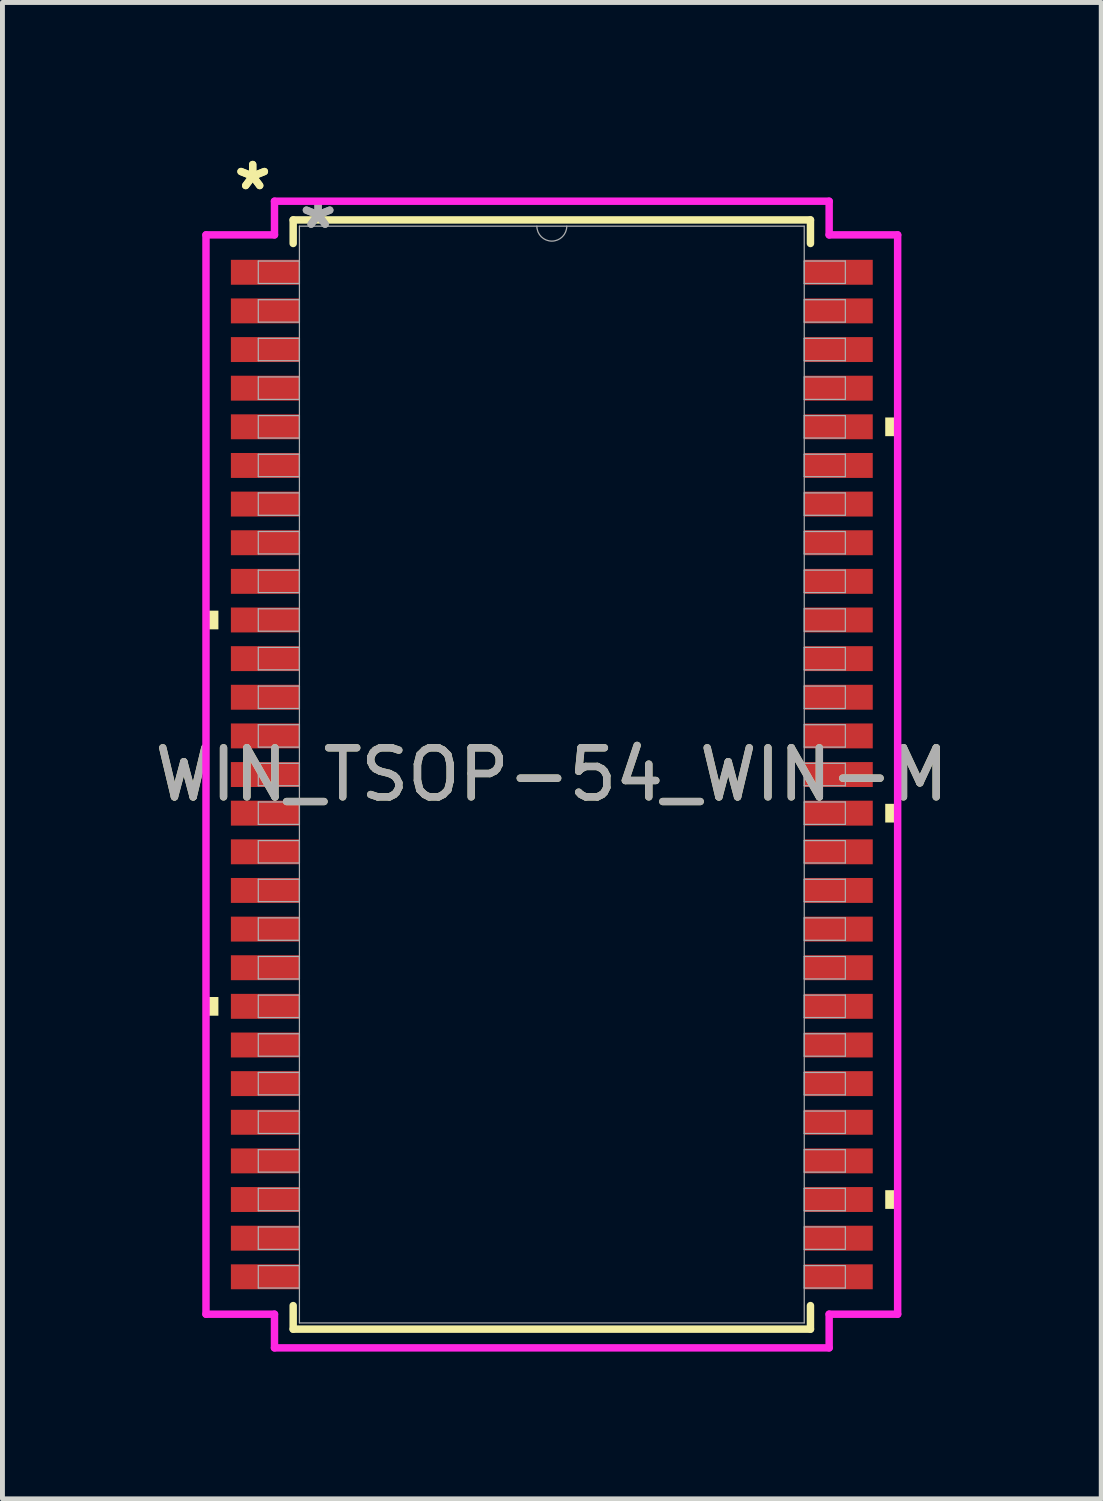
<source format=kicad_pcb>
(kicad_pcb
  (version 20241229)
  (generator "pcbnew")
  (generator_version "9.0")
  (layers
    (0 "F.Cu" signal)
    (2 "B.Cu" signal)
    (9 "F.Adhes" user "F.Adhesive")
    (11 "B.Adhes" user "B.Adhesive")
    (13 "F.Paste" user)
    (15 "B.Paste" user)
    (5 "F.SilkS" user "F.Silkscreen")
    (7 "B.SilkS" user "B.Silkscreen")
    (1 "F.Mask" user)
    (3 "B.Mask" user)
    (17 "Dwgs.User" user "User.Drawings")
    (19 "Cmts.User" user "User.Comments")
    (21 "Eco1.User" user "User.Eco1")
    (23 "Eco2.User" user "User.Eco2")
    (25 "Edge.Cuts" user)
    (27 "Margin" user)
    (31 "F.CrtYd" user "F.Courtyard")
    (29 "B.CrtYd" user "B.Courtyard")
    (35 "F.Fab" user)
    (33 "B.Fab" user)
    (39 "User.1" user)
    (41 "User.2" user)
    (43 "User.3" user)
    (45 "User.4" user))
  (footprint "WIN_TSOP-54_WIN-M"
    (layer "F.Cu")
    (at 8.196 12.735)
    (property "Reference" "WIN_TSOP-54_WIN-M" (at 0 0 0) (unlocked yes) (layer "F.SilkS") (effects (font (size 1 1) (thickness 0.15))))
    (attr smd)
    (fp_line (start -5.271 -11.303) (end -5.271 -10.823) (stroke (width 0.152) (type solid)) (layer "F.SilkS"))
    (fp_line (start -5.271 10.823) (end -5.271 11.303) (stroke (width 0.152) (type solid)) (layer "F.SilkS"))
    (fp_line (start -5.271 11.303) (end 5.271 11.303) (stroke (width 0.152) (type solid)) (layer "F.SilkS"))
    (fp_line (start 5.271 -11.303) (end -5.271 -11.303) (stroke (width 0.152) (type solid)) (layer "F.SilkS"))
    (fp_line (start 5.271 -10.823) (end 5.271 -11.303) (stroke (width 0.152) (type solid)) (layer "F.SilkS"))
    (fp_line (start 5.271 11.303) (end 5.271 10.823) (stroke (width 0.152) (type solid)) (layer "F.SilkS"))
    (fp_poly (pts (xy -7.048 -3.34) (xy -7.048 -2.959) (xy -6.795 -2.959) (xy -6.795 -3.34)) (stroke (width 0) (type solid)) (fill yes) (layer "F.SilkS"))
    (fp_poly (pts (xy -7.048 4.534) (xy -7.048 4.915) (xy -6.795 4.915) (xy -6.795 4.534)) (stroke (width 0) (type solid)) (fill yes) (layer "F.SilkS"))
    (fp_poly (pts (xy 7.048 -7.277) (xy 7.048 -6.896) (xy 6.795 -6.896) (xy 6.795 -7.277)) (stroke (width 0) (type solid)) (fill yes) (layer "F.SilkS"))
    (fp_poly (pts (xy 7.048 0.597) (xy 7.048 0.978) (xy 6.795 0.978) (xy 6.795 0.597)) (stroke (width 0) (type solid)) (fill yes) (layer "F.SilkS"))
    (fp_poly (pts (xy 7.048 8.471) (xy 7.048 8.852) (xy 6.795 8.852) (xy 6.795 8.471)) (stroke (width 0) (type solid)) (fill yes) (layer "F.SilkS"))
    (fp_line (start -7.048 -10.998) (end -5.652 -10.998) (stroke (width 0.152) (type solid)) (layer "F.CrtYd"))
    (fp_line (start -7.048 10.998) (end -7.048 -10.998) (stroke (width 0.152) (type solid)) (layer "F.CrtYd"))
    (fp_line (start -7.048 10.998) (end -5.652 10.998) (stroke (width 0.152) (type solid)) (layer "F.CrtYd"))
    (fp_line (start -5.652 -11.684) (end 5.652 -11.684) (stroke (width 0.152) (type solid)) (layer "F.CrtYd"))
    (fp_line (start -5.652 -10.998) (end -5.652 -11.684) (stroke (width 0.152) (type solid)) (layer "F.CrtYd"))
    (fp_line (start -5.652 11.684) (end -5.652 10.998) (stroke (width 0.152) (type solid)) (layer "F.CrtYd"))
    (fp_line (start 5.652 -11.684) (end 5.652 -10.998) (stroke (width 0.152) (type solid)) (layer "F.CrtYd"))
    (fp_line (start 5.652 10.998) (end 5.652 11.684) (stroke (width 0.152) (type solid)) (layer "F.CrtYd"))
    (fp_line (start 5.652 11.684) (end -5.652 11.684) (stroke (width 0.152) (type solid)) (layer "F.CrtYd"))
    (fp_line (start 7.048 -10.998) (end 5.652 -10.998) (stroke (width 0.152) (type solid)) (layer "F.CrtYd"))
    (fp_line (start 7.048 -10.998) (end 7.048 10.998) (stroke (width 0.152) (type solid)) (layer "F.CrtYd"))
    (fp_line (start 7.048 10.998) (end 5.652 10.998) (stroke (width 0.152) (type solid)) (layer "F.CrtYd"))
    (fp_line (start -5.982 -10.465) (end -5.982 -10.008) (stroke (width 0.025) (type solid)) (layer "F.Fab"))
    (fp_line (start -5.982 -10.008) (end -5.144 -10.008) (stroke (width 0.025) (type solid)) (layer "F.Fab"))
    (fp_line (start -5.982 -9.677) (end -5.982 -9.22) (stroke (width 0.025) (type solid)) (layer "F.Fab"))
    (fp_line (start -5.982 -9.22) (end -5.144 -9.22) (stroke (width 0.025) (type solid)) (layer "F.Fab"))
    (fp_line (start -5.982 -8.89) (end -5.982 -8.433) (stroke (width 0.025) (type solid)) (layer "F.Fab"))
    (fp_line (start -5.982 -8.433) (end -5.144 -8.433) (stroke (width 0.025) (type solid)) (layer "F.Fab"))
    (fp_line (start -5.982 -8.103) (end -5.982 -7.645) (stroke (width 0.025) (type solid)) (layer "F.Fab"))
    (fp_line (start -5.982 -7.645) (end -5.144 -7.645) (stroke (width 0.025) (type solid)) (layer "F.Fab"))
    (fp_line (start -5.982 -7.315) (end -5.982 -6.858) (stroke (width 0.025) (type solid)) (layer "F.Fab"))
    (fp_line (start -5.982 -6.858) (end -5.144 -6.858) (stroke (width 0.025) (type solid)) (layer "F.Fab"))
    (fp_line (start -5.982 -6.528) (end -5.982 -6.071) (stroke (width 0.025) (type solid)) (layer "F.Fab"))
    (fp_line (start -5.982 -6.071) (end -5.144 -6.071) (stroke (width 0.025) (type solid)) (layer "F.Fab"))
    (fp_line (start -5.982 -5.74) (end -5.982 -5.283) (stroke (width 0.025) (type solid)) (layer "F.Fab"))
    (fp_line (start -5.982 -5.283) (end -5.144 -5.283) (stroke (width 0.025) (type solid)) (layer "F.Fab"))
    (fp_line (start -5.982 -4.953) (end -5.982 -4.496) (stroke (width 0.025) (type solid)) (layer "F.Fab"))
    (fp_line (start -5.982 -4.496) (end -5.144 -4.496) (stroke (width 0.025) (type solid)) (layer "F.Fab"))
    (fp_line (start -5.982 -4.166) (end -5.982 -3.708) (stroke (width 0.025) (type solid)) (layer "F.Fab"))
    (fp_line (start -5.982 -3.708) (end -5.144 -3.708) (stroke (width 0.025) (type solid)) (layer "F.Fab"))
    (fp_line (start -5.982 -3.378) (end -5.982 -2.921) (stroke (width 0.025) (type solid)) (layer "F.Fab"))
    (fp_line (start -5.982 -2.921) (end -5.144 -2.921) (stroke (width 0.025) (type solid)) (layer "F.Fab"))
    (fp_line (start -5.982 -2.591) (end -5.982 -2.134) (stroke (width 0.025) (type solid)) (layer "F.Fab"))
    (fp_line (start -5.982 -2.134) (end -5.144 -2.134) (stroke (width 0.025) (type solid)) (layer "F.Fab"))
    (fp_line (start -5.982 -1.803) (end -5.982 -1.346) (stroke (width 0.025) (type solid)) (layer "F.Fab"))
    (fp_line (start -5.982 -1.346) (end -5.144 -1.346) (stroke (width 0.025) (type solid)) (layer "F.Fab"))
    (fp_line (start -5.982 -1.016) (end -5.982 -0.559) (stroke (width 0.025) (type solid)) (layer "F.Fab"))
    (fp_line (start -5.982 -0.559) (end -5.144 -0.559) (stroke (width 0.025) (type solid)) (layer "F.Fab"))
    (fp_line (start -5.982 -0.229) (end -5.982 0.229) (stroke (width 0.025) (type solid)) (layer "F.Fab"))
    (fp_line (start -5.982 0.229) (end -5.144 0.229) (stroke (width 0.025) (type solid)) (layer "F.Fab"))
    (fp_line (start -5.982 0.559) (end -5.982 1.016) (stroke (width 0.025) (type solid)) (layer "F.Fab"))
    (fp_line (start -5.982 1.016) (end -5.144 1.016) (stroke (width 0.025) (type solid)) (layer "F.Fab"))
    (fp_line (start -5.982 1.346) (end -5.982 1.803) (stroke (width 0.025) (type solid)) (layer "F.Fab"))
    (fp_line (start -5.982 1.803) (end -5.144 1.803) (stroke (width 0.025) (type solid)) (layer "F.Fab"))
    (fp_line (start -5.982 2.134) (end -5.982 2.591) (stroke (width 0.025) (type solid)) (layer "F.Fab"))
    (fp_line (start -5.982 2.591) (end -5.144 2.591) (stroke (width 0.025) (type solid)) (layer "F.Fab"))
    (fp_line (start -5.982 2.921) (end -5.982 3.378) (stroke (width 0.025) (type solid)) (layer "F.Fab"))
    (fp_line (start -5.982 3.378) (end -5.144 3.378) (stroke (width 0.025) (type solid)) (layer "F.Fab"))
    (fp_line (start -5.982 3.708) (end -5.982 4.166) (stroke (width 0.025) (type solid)) (layer "F.Fab"))
    (fp_line (start -5.982 4.166) (end -5.144 4.166) (stroke (width 0.025) (type solid)) (layer "F.Fab"))
    (fp_line (start -5.982 4.496) (end -5.982 4.953) (stroke (width 0.025) (type solid)) (layer "F.Fab"))
    (fp_line (start -5.982 4.953) (end -5.144 4.953) (stroke (width 0.025) (type solid)) (layer "F.Fab"))
    (fp_line (start -5.982 5.283) (end -5.982 5.74) (stroke (width 0.025) (type solid)) (layer "F.Fab"))
    (fp_line (start -5.982 5.74) (end -5.144 5.74) (stroke (width 0.025) (type solid)) (layer "F.Fab"))
    (fp_line (start -5.982 6.071) (end -5.982 6.528) (stroke (width 0.025) (type solid)) (layer "F.Fab"))
    (fp_line (start -5.982 6.528) (end -5.144 6.528) (stroke (width 0.025) (type solid)) (layer "F.Fab"))
    (fp_line (start -5.982 6.858) (end -5.982 7.315) (stroke (width 0.025) (type solid)) (layer "F.Fab"))
    (fp_line (start -5.982 7.315) (end -5.144 7.315) (stroke (width 0.025) (type solid)) (layer "F.Fab"))
    (fp_line (start -5.982 7.645) (end -5.982 8.103) (stroke (width 0.025) (type solid)) (layer "F.Fab"))
    (fp_line (start -5.982 8.103) (end -5.144 8.103) (stroke (width 0.025) (type solid)) (layer "F.Fab"))
    (fp_line (start -5.982 8.433) (end -5.982 8.89) (stroke (width 0.025) (type solid)) (layer "F.Fab"))
    (fp_line (start -5.982 8.89) (end -5.144 8.89) (stroke (width 0.025) (type solid)) (layer "F.Fab"))
    (fp_line (start -5.982 9.22) (end -5.982 9.677) (stroke (width 0.025) (type solid)) (layer "F.Fab"))
    (fp_line (start -5.982 9.677) (end -5.144 9.677) (stroke (width 0.025) (type solid)) (layer "F.Fab"))
    (fp_line (start -5.982 10.008) (end -5.982 10.465) (stroke (width 0.025) (type solid)) (layer "F.Fab"))
    (fp_line (start -5.982 10.465) (end -5.144 10.465) (stroke (width 0.025) (type solid)) (layer "F.Fab"))
    (fp_line (start -5.144 -11.176) (end -5.144 11.176) (stroke (width 0.025) (type solid)) (layer "F.Fab"))
    (fp_line (start -5.144 -10.465) (end -5.982 -10.465) (stroke (width 0.025) (type solid)) (layer "F.Fab"))
    (fp_line (start -5.144 -10.008) (end -5.144 -10.465) (stroke (width 0.025) (type solid)) (layer "F.Fab"))
    (fp_line (start -5.144 -9.677) (end -5.982 -9.677) (stroke (width 0.025) (type solid)) (layer "F.Fab"))
    (fp_line (start -5.144 -9.22) (end -5.144 -9.677) (stroke (width 0.025) (type solid)) (layer "F.Fab"))
    (fp_line (start -5.144 -8.89) (end -5.982 -8.89) (stroke (width 0.025) (type solid)) (layer "F.Fab"))
    (fp_line (start -5.144 -8.433) (end -5.144 -8.89) (stroke (width 0.025) (type solid)) (layer "F.Fab"))
    (fp_line (start -5.144 -8.103) (end -5.982 -8.103) (stroke (width 0.025) (type solid)) (layer "F.Fab"))
    (fp_line (start -5.144 -7.645) (end -5.144 -8.103) (stroke (width 0.025) (type solid)) (layer "F.Fab"))
    (fp_line (start -5.144 -7.315) (end -5.982 -7.315) (stroke (width 0.025) (type solid)) (layer "F.Fab"))
    (fp_line (start -5.144 -6.858) (end -5.144 -7.315) (stroke (width 0.025) (type solid)) (layer "F.Fab"))
    (fp_line (start -5.144 -6.528) (end -5.982 -6.528) (stroke (width 0.025) (type solid)) (layer "F.Fab"))
    (fp_line (start -5.144 -6.071) (end -5.144 -6.528) (stroke (width 0.025) (type solid)) (layer "F.Fab"))
    (fp_line (start -5.144 -5.74) (end -5.982 -5.74) (stroke (width 0.025) (type solid)) (layer "F.Fab"))
    (fp_line (start -5.144 -5.283) (end -5.144 -5.74) (stroke (width 0.025) (type solid)) (layer "F.Fab"))
    (fp_line (start -5.144 -4.953) (end -5.982 -4.953) (stroke (width 0.025) (type solid)) (layer "F.Fab"))
    (fp_line (start -5.144 -4.496) (end -5.144 -4.953) (stroke (width 0.025) (type solid)) (layer "F.Fab"))
    (fp_line (start -5.144 -4.166) (end -5.982 -4.166) (stroke (width 0.025) (type solid)) (layer "F.Fab"))
    (fp_line (start -5.144 -3.708) (end -5.144 -4.166) (stroke (width 0.025) (type solid)) (layer "F.Fab"))
    (fp_line (start -5.144 -3.378) (end -5.982 -3.378) (stroke (width 0.025) (type solid)) (layer "F.Fab"))
    (fp_line (start -5.144 -2.921) (end -5.144 -3.378) (stroke (width 0.025) (type solid)) (layer "F.Fab"))
    (fp_line (start -5.144 -2.591) (end -5.982 -2.591) (stroke (width 0.025) (type solid)) (layer "F.Fab"))
    (fp_line (start -5.144 -2.134) (end -5.144 -2.591) (stroke (width 0.025) (type solid)) (layer "F.Fab"))
    (fp_line (start -5.144 -1.803) (end -5.982 -1.803) (stroke (width 0.025) (type solid)) (layer "F.Fab"))
    (fp_line (start -5.144 -1.346) (end -5.144 -1.803) (stroke (width 0.025) (type solid)) (layer "F.Fab"))
    (fp_line (start -5.144 -1.016) (end -5.982 -1.016) (stroke (width 0.025) (type solid)) (layer "F.Fab"))
    (fp_line (start -5.144 -0.559) (end -5.144 -1.016) (stroke (width 0.025) (type solid)) (layer "F.Fab"))
    (fp_line (start -5.144 -0.229) (end -5.982 -0.229) (stroke (width 0.025) (type solid)) (layer "F.Fab"))
    (fp_line (start -5.144 0.229) (end -5.144 -0.229) (stroke (width 0.025) (type solid)) (layer "F.Fab"))
    (fp_line (start -5.144 0.559) (end -5.982 0.559) (stroke (width 0.025) (type solid)) (layer "F.Fab"))
    (fp_line (start -5.144 1.016) (end -5.144 0.559) (stroke (width 0.025) (type solid)) (layer "F.Fab"))
    (fp_line (start -5.144 1.346) (end -5.982 1.346) (stroke (width 0.025) (type solid)) (layer "F.Fab"))
    (fp_line (start -5.144 1.803) (end -5.144 1.346) (stroke (width 0.025) (type solid)) (layer "F.Fab"))
    (fp_line (start -5.144 2.134) (end -5.982 2.134) (stroke (width 0.025) (type solid)) (layer "F.Fab"))
    (fp_line (start -5.144 2.591) (end -5.144 2.134) (stroke (width 0.025) (type solid)) (layer "F.Fab"))
    (fp_line (start -5.144 2.921) (end -5.982 2.921) (stroke (width 0.025) (type solid)) (layer "F.Fab"))
    (fp_line (start -5.144 3.378) (end -5.144 2.921) (stroke (width 0.025) (type solid)) (layer "F.Fab"))
    (fp_line (start -5.144 3.708) (end -5.982 3.708) (stroke (width 0.025) (type solid)) (layer "F.Fab"))
    (fp_line (start -5.144 4.166) (end -5.144 3.708) (stroke (width 0.025) (type solid)) (layer "F.Fab"))
    (fp_line (start -5.144 4.496) (end -5.982 4.496) (stroke (width 0.025) (type solid)) (layer "F.Fab"))
    (fp_line (start -5.144 4.953) (end -5.144 4.496) (stroke (width 0.025) (type solid)) (layer "F.Fab"))
    (fp_line (start -5.144 5.283) (end -5.982 5.283) (stroke (width 0.025) (type solid)) (layer "F.Fab"))
    (fp_line (start -5.144 5.74) (end -5.144 5.283) (stroke (width 0.025) (type solid)) (layer "F.Fab"))
    (fp_line (start -5.144 6.071) (end -5.982 6.071) (stroke (width 0.025) (type solid)) (layer "F.Fab"))
    (fp_line (start -5.144 6.528) (end -5.144 6.071) (stroke (width 0.025) (type solid)) (layer "F.Fab"))
    (fp_line (start -5.144 6.858) (end -5.982 6.858) (stroke (width 0.025) (type solid)) (layer "F.Fab"))
    (fp_line (start -5.144 7.315) (end -5.144 6.858) (stroke (width 0.025) (type solid)) (layer "F.Fab"))
    (fp_line (start -5.144 7.645) (end -5.982 7.645) (stroke (width 0.025) (type solid)) (layer "F.Fab"))
    (fp_line (start -5.144 8.103) (end -5.144 7.645) (stroke (width 0.025) (type solid)) (layer "F.Fab"))
    (fp_line (start -5.144 8.433) (end -5.982 8.433) (stroke (width 0.025) (type solid)) (layer "F.Fab"))
    (fp_line (start -5.144 8.89) (end -5.144 8.433) (stroke (width 0.025) (type solid)) (layer "F.Fab"))
    (fp_line (start -5.144 9.22) (end -5.982 9.22) (stroke (width 0.025) (type solid)) (layer "F.Fab"))
    (fp_line (start -5.144 9.677) (end -5.144 9.22) (stroke (width 0.025) (type solid)) (layer "F.Fab"))
    (fp_line (start -5.144 10.008) (end -5.982 10.008) (stroke (width 0.025) (type solid)) (layer "F.Fab"))
    (fp_line (start -5.144 10.465) (end -5.144 10.008) (stroke (width 0.025) (type solid)) (layer "F.Fab"))
    (fp_line (start -5.144 11.176) (end 5.144 11.176) (stroke (width 0.025) (type solid)) (layer "F.Fab"))
    (fp_line (start 5.144 -11.176) (end -5.144 -11.176) (stroke (width 0.025) (type solid)) (layer "F.Fab"))
    (fp_line (start 5.144 -10.465) (end 5.144 -10.008) (stroke (width 0.025) (type solid)) (layer "F.Fab"))
    (fp_line (start 5.144 -10.008) (end 5.982 -10.008) (stroke (width 0.025) (type solid)) (layer "F.Fab"))
    (fp_line (start 5.144 -9.677) (end 5.144 -9.22) (stroke (width 0.025) (type solid)) (layer "F.Fab"))
    (fp_line (start 5.144 -9.22) (end 5.982 -9.22) (stroke (width 0.025) (type solid)) (layer "F.Fab"))
    (fp_line (start 5.144 -8.89) (end 5.144 -8.433) (stroke (width 0.025) (type solid)) (layer "F.Fab"))
    (fp_line (start 5.144 -8.433) (end 5.982 -8.433) (stroke (width 0.025) (type solid)) (layer "F.Fab"))
    (fp_line (start 5.144 -8.103) (end 5.144 -7.645) (stroke (width 0.025) (type solid)) (layer "F.Fab"))
    (fp_line (start 5.144 -7.645) (end 5.982 -7.645) (stroke (width 0.025) (type solid)) (layer "F.Fab"))
    (fp_line (start 5.144 -7.315) (end 5.144 -6.858) (stroke (width 0.025) (type solid)) (layer "F.Fab"))
    (fp_line (start 5.144 -6.858) (end 5.982 -6.858) (stroke (width 0.025) (type solid)) (layer "F.Fab"))
    (fp_line (start 5.144 -6.528) (end 5.144 -6.071) (stroke (width 0.025) (type solid)) (layer "F.Fab"))
    (fp_line (start 5.144 -6.071) (end 5.982 -6.071) (stroke (width 0.025) (type solid)) (layer "F.Fab"))
    (fp_line (start 5.144 -5.74) (end 5.144 -5.283) (stroke (width 0.025) (type solid)) (layer "F.Fab"))
    (fp_line (start 5.144 -5.283) (end 5.982 -5.283) (stroke (width 0.025) (type solid)) (layer "F.Fab"))
    (fp_line (start 5.144 -4.953) (end 5.144 -4.496) (stroke (width 0.025) (type solid)) (layer "F.Fab"))
    (fp_line (start 5.144 -4.496) (end 5.982 -4.496) (stroke (width 0.025) (type solid)) (layer "F.Fab"))
    (fp_line (start 5.144 -4.166) (end 5.144 -3.708) (stroke (width 0.025) (type solid)) (layer "F.Fab"))
    (fp_line (start 5.144 -3.708) (end 5.982 -3.708) (stroke (width 0.025) (type solid)) (layer "F.Fab"))
    (fp_line (start 5.144 -3.378) (end 5.144 -2.921) (stroke (width 0.025) (type solid)) (layer "F.Fab"))
    (fp_line (start 5.144 -2.921) (end 5.982 -2.921) (stroke (width 0.025) (type solid)) (layer "F.Fab"))
    (fp_line (start 5.144 -2.591) (end 5.144 -2.134) (stroke (width 0.025) (type solid)) (layer "F.Fab"))
    (fp_line (start 5.144 -2.134) (end 5.982 -2.134) (stroke (width 0.025) (type solid)) (layer "F.Fab"))
    (fp_line (start 5.144 -1.803) (end 5.144 -1.346) (stroke (width 0.025) (type solid)) (layer "F.Fab"))
    (fp_line (start 5.144 -1.346) (end 5.982 -1.346) (stroke (width 0.025) (type solid)) (layer "F.Fab"))
    (fp_line (start 5.144 -1.016) (end 5.144 -0.559) (stroke (width 0.025) (type solid)) (layer "F.Fab"))
    (fp_line (start 5.144 -0.559) (end 5.982 -0.559) (stroke (width 0.025) (type solid)) (layer "F.Fab"))
    (fp_line (start 5.144 -0.229) (end 5.144 0.229) (stroke (width 0.025) (type solid)) (layer "F.Fab"))
    (fp_line (start 5.144 0.229) (end 5.982 0.229) (stroke (width 0.025) (type solid)) (layer "F.Fab"))
    (fp_line (start 5.144 0.559) (end 5.144 1.016) (stroke (width 0.025) (type solid)) (layer "F.Fab"))
    (fp_line (start 5.144 1.016) (end 5.982 1.016) (stroke (width 0.025) (type solid)) (layer "F.Fab"))
    (fp_line (start 5.144 1.346) (end 5.144 1.803) (stroke (width 0.025) (type solid)) (layer "F.Fab"))
    (fp_line (start 5.144 1.803) (end 5.982 1.803) (stroke (width 0.025) (type solid)) (layer "F.Fab"))
    (fp_line (start 5.144 2.134) (end 5.144 2.591) (stroke (width 0.025) (type solid)) (layer "F.Fab"))
    (fp_line (start 5.144 2.591) (end 5.982 2.591) (stroke (width 0.025) (type solid)) (layer "F.Fab"))
    (fp_line (start 5.144 2.921) (end 5.144 3.378) (stroke (width 0.025) (type solid)) (layer "F.Fab"))
    (fp_line (start 5.144 3.378) (end 5.982 3.378) (stroke (width 0.025) (type solid)) (layer "F.Fab"))
    (fp_line (start 5.144 3.708) (end 5.144 4.166) (stroke (width 0.025) (type solid)) (layer "F.Fab"))
    (fp_line (start 5.144 4.166) (end 5.982 4.166) (stroke (width 0.025) (type solid)) (layer "F.Fab"))
    (fp_line (start 5.144 4.496) (end 5.144 4.953) (stroke (width 0.025) (type solid)) (layer "F.Fab"))
    (fp_line (start 5.144 4.953) (end 5.982 4.953) (stroke (width 0.025) (type solid)) (layer "F.Fab"))
    (fp_line (start 5.144 5.283) (end 5.144 5.74) (stroke (width 0.025) (type solid)) (layer "F.Fab"))
    (fp_line (start 5.144 5.74) (end 5.982 5.74) (stroke (width 0.025) (type solid)) (layer "F.Fab"))
    (fp_line (start 5.144 6.071) (end 5.144 6.528) (stroke (width 0.025) (type solid)) (layer "F.Fab"))
    (fp_line (start 5.144 6.528) (end 5.982 6.528) (stroke (width 0.025) (type solid)) (layer "F.Fab"))
    (fp_line (start 5.144 6.858) (end 5.144 7.315) (stroke (width 0.025) (type solid)) (layer "F.Fab"))
    (fp_line (start 5.144 7.315) (end 5.982 7.315) (stroke (width 0.025) (type solid)) (layer "F.Fab"))
    (fp_line (start 5.144 7.645) (end 5.144 8.103) (stroke (width 0.025) (type solid)) (layer "F.Fab"))
    (fp_line (start 5.144 8.103) (end 5.982 8.103) (stroke (width 0.025) (type solid)) (layer "F.Fab"))
    (fp_line (start 5.144 8.433) (end 5.144 8.89) (stroke (width 0.025) (type solid)) (layer "F.Fab"))
    (fp_line (start 5.144 8.89) (end 5.982 8.89) (stroke (width 0.025) (type solid)) (layer "F.Fab"))
    (fp_line (start 5.144 9.22) (end 5.144 9.677) (stroke (width 0.025) (type solid)) (layer "F.Fab"))
    (fp_line (start 5.144 9.677) (end 5.982 9.677) (stroke (width 0.025) (type solid)) (layer "F.Fab"))
    (fp_line (start 5.144 10.008) (end 5.144 10.465) (stroke (width 0.025) (type solid)) (layer "F.Fab"))
    (fp_line (start 5.144 10.465) (end 5.982 10.465) (stroke (width 0.025) (type solid)) (layer "F.Fab"))
    (fp_line (start 5.144 11.176) (end 5.144 -11.176) (stroke (width 0.025) (type solid)) (layer "F.Fab"))
    (fp_line (start 5.982 -10.465) (end 5.144 -10.465) (stroke (width 0.025) (type solid)) (layer "F.Fab"))
    (fp_line (start 5.982 -10.008) (end 5.982 -10.465) (stroke (width 0.025) (type solid)) (layer "F.Fab"))
    (fp_line (start 5.982 -9.677) (end 5.144 -9.677) (stroke (width 0.025) (type solid)) (layer "F.Fab"))
    (fp_line (start 5.982 -9.22) (end 5.982 -9.677) (stroke (width 0.025) (type solid)) (layer "F.Fab"))
    (fp_line (start 5.982 -8.89) (end 5.144 -8.89) (stroke (width 0.025) (type solid)) (layer "F.Fab"))
    (fp_line (start 5.982 -8.433) (end 5.982 -8.89) (stroke (width 0.025) (type solid)) (layer "F.Fab"))
    (fp_line (start 5.982 -8.103) (end 5.144 -8.103) (stroke (width 0.025) (type solid)) (layer "F.Fab"))
    (fp_line (start 5.982 -7.645) (end 5.982 -8.103) (stroke (width 0.025) (type solid)) (layer "F.Fab"))
    (fp_line (start 5.982 -7.315) (end 5.144 -7.315) (stroke (width 0.025) (type solid)) (layer "F.Fab"))
    (fp_line (start 5.982 -6.858) (end 5.982 -7.315) (stroke (width 0.025) (type solid)) (layer "F.Fab"))
    (fp_line (start 5.982 -6.528) (end 5.144 -6.528) (stroke (width 0.025) (type solid)) (layer "F.Fab"))
    (fp_line (start 5.982 -6.071) (end 5.982 -6.528) (stroke (width 0.025) (type solid)) (layer "F.Fab"))
    (fp_line (start 5.982 -5.74) (end 5.144 -5.74) (stroke (width 0.025) (type solid)) (layer "F.Fab"))
    (fp_line (start 5.982 -5.283) (end 5.982 -5.74) (stroke (width 0.025) (type solid)) (layer "F.Fab"))
    (fp_line (start 5.982 -4.953) (end 5.144 -4.953) (stroke (width 0.025) (type solid)) (layer "F.Fab"))
    (fp_line (start 5.982 -4.496) (end 5.982 -4.953) (stroke (width 0.025) (type solid)) (layer "F.Fab"))
    (fp_line (start 5.982 -4.166) (end 5.144 -4.166) (stroke (width 0.025) (type solid)) (layer "F.Fab"))
    (fp_line (start 5.982 -3.708) (end 5.982 -4.166) (stroke (width 0.025) (type solid)) (layer "F.Fab"))
    (fp_line (start 5.982 -3.378) (end 5.144 -3.378) (stroke (width 0.025) (type solid)) (layer "F.Fab"))
    (fp_line (start 5.982 -2.921) (end 5.982 -3.378) (stroke (width 0.025) (type solid)) (layer "F.Fab"))
    (fp_line (start 5.982 -2.591) (end 5.144 -2.591) (stroke (width 0.025) (type solid)) (layer "F.Fab"))
    (fp_line (start 5.982 -2.134) (end 5.982 -2.591) (stroke (width 0.025) (type solid)) (layer "F.Fab"))
    (fp_line (start 5.982 -1.803) (end 5.144 -1.803) (stroke (width 0.025) (type solid)) (layer "F.Fab"))
    (fp_line (start 5.982 -1.346) (end 5.982 -1.803) (stroke (width 0.025) (type solid)) (layer "F.Fab"))
    (fp_line (start 5.982 -1.016) (end 5.144 -1.016) (stroke (width 0.025) (type solid)) (layer "F.Fab"))
    (fp_line (start 5.982 -0.559) (end 5.982 -1.016) (stroke (width 0.025) (type solid)) (layer "F.Fab"))
    (fp_line (start 5.982 -0.229) (end 5.144 -0.229) (stroke (width 0.025) (type solid)) (layer "F.Fab"))
    (fp_line (start 5.982 0.229) (end 5.982 -0.229) (stroke (width 0.025) (type solid)) (layer "F.Fab"))
    (fp_line (start 5.982 0.559) (end 5.144 0.559) (stroke (width 0.025) (type solid)) (layer "F.Fab"))
    (fp_line (start 5.982 1.016) (end 5.982 0.559) (stroke (width 0.025) (type solid)) (layer "F.Fab"))
    (fp_line (start 5.982 1.346) (end 5.144 1.346) (stroke (width 0.025) (type solid)) (layer "F.Fab"))
    (fp_line (start 5.982 1.803) (end 5.982 1.346) (stroke (width 0.025) (type solid)) (layer "F.Fab"))
    (fp_line (start 5.982 2.134) (end 5.144 2.134) (stroke (width 0.025) (type solid)) (layer "F.Fab"))
    (fp_line (start 5.982 2.591) (end 5.982 2.134) (stroke (width 0.025) (type solid)) (layer "F.Fab"))
    (fp_line (start 5.982 2.921) (end 5.144 2.921) (stroke (width 0.025) (type solid)) (layer "F.Fab"))
    (fp_line (start 5.982 3.378) (end 5.982 2.921) (stroke (width 0.025) (type solid)) (layer "F.Fab"))
    (fp_line (start 5.982 3.708) (end 5.144 3.708) (stroke (width 0.025) (type solid)) (layer "F.Fab"))
    (fp_line (start 5.982 4.166) (end 5.982 3.708) (stroke (width 0.025) (type solid)) (layer "F.Fab"))
    (fp_line (start 5.982 4.496) (end 5.144 4.496) (stroke (width 0.025) (type solid)) (layer "F.Fab"))
    (fp_line (start 5.982 4.953) (end 5.982 4.496) (stroke (width 0.025) (type solid)) (layer "F.Fab"))
    (fp_line (start 5.982 5.283) (end 5.144 5.283) (stroke (width 0.025) (type solid)) (layer "F.Fab"))
    (fp_line (start 5.982 5.74) (end 5.982 5.283) (stroke (width 0.025) (type solid)) (layer "F.Fab"))
    (fp_line (start 5.982 6.071) (end 5.144 6.071) (stroke (width 0.025) (type solid)) (layer "F.Fab"))
    (fp_line (start 5.982 6.528) (end 5.982 6.071) (stroke (width 0.025) (type solid)) (layer "F.Fab"))
    (fp_line (start 5.982 6.858) (end 5.144 6.858) (stroke (width 0.025) (type solid)) (layer "F.Fab"))
    (fp_line (start 5.982 7.315) (end 5.982 6.858) (stroke (width 0.025) (type solid)) (layer "F.Fab"))
    (fp_line (start 5.982 7.645) (end 5.144 7.645) (stroke (width 0.025) (type solid)) (layer "F.Fab"))
    (fp_line (start 5.982 8.103) (end 5.982 7.645) (stroke (width 0.025) (type solid)) (layer "F.Fab"))
    (fp_line (start 5.982 8.433) (end 5.144 8.433) (stroke (width 0.025) (type solid)) (layer "F.Fab"))
    (fp_line (start 5.982 8.89) (end 5.982 8.433) (stroke (width 0.025) (type solid)) (layer "F.Fab"))
    (fp_line (start 5.982 9.22) (end 5.144 9.22) (stroke (width 0.025) (type solid)) (layer "F.Fab"))
    (fp_line (start 5.982 9.677) (end 5.982 9.22) (stroke (width 0.025) (type solid)) (layer "F.Fab"))
    (fp_line (start 5.982 10.008) (end 5.144 10.008) (stroke (width 0.025) (type solid)) (layer "F.Fab"))
    (fp_line (start 5.982 10.465) (end 5.982 10.008) (stroke (width 0.025) (type solid)) (layer "F.Fab"))
    (fp_arc (start 0.3048 -11.176) (mid 0 -10.8712) (end -0.3048 -11.176) (stroke (width 0.0254) (type solid)) (layer "F.Fab"))
    (fp_text user "*" (at -6.096 -11.887 0) (layer "F.SilkS") (effects (font (size 1 1) (thickness 0.15))))
    (fp_text user "*" (at -6.096 -11.887 0) (unlocked yes) (layer "F.SilkS") (effects (font (size 1 1) (thickness 0.15))))
    (fp_text user "*" (at -4.763 -11.1 0) (unlocked yes) (layer "F.Fab") (effects (font (size 1 1) (thickness 0.15))))
    (fp_text user "*" (at -4.763 -11.1 0) (layer "F.Fab") (effects (font (size 1 1) (thickness 0.15))))
    (fp_text user "${REFERENCE}" (at 0 0 0) (unlocked yes) (layer "F.Fab") (effects (font (size 1 1) (thickness 0.15))))
    (pad "1" smd rect (at -5.842 -10.236) (size 1.397 0.508) (layers "F.Cu" "F.Mask" "F.Paste"))
    (pad "2" smd rect (at -5.842 -9.449) (size 1.397 0.508) (layers "F.Cu" "F.Mask" "F.Paste"))
    (pad "3" smd rect (at -5.842 -8.661) (size 1.397 0.508) (layers "F.Cu" "F.Mask" "F.Paste"))
    (pad "4" smd rect (at -5.842 -7.874) (size 1.397 0.508) (layers "F.Cu" "F.Mask" "F.Paste"))
    (pad "5" smd rect (at -5.842 -7.087) (size 1.397 0.508) (layers "F.Cu" "F.Mask" "F.Paste"))
    (pad "6" smd rect (at -5.842 -6.299) (size 1.397 0.508) (layers "F.Cu" "F.Mask" "F.Paste"))
    (pad "7" smd rect (at -5.842 -5.512) (size 1.397 0.508) (layers "F.Cu" "F.Mask" "F.Paste"))
    (pad "8" smd rect (at -5.842 -4.724) (size 1.397 0.508) (layers "F.Cu" "F.Mask" "F.Paste"))
    (pad "9" smd rect (at -5.842 -3.937) (size 1.397 0.508) (layers "F.Cu" "F.Mask" "F.Paste"))
    (pad "10" smd rect (at -5.842 -3.15) (size 1.397 0.508) (layers "F.Cu" "F.Mask" "F.Paste"))
    (pad "11" smd rect (at -5.842 -2.362) (size 1.397 0.508) (layers "F.Cu" "F.Mask" "F.Paste"))
    (pad "12" smd rect (at -5.842 -1.575) (size 1.397 0.508) (layers "F.Cu" "F.Mask" "F.Paste"))
    (pad "13" smd rect (at -5.842 -0.787) (size 1.397 0.508) (layers "F.Cu" "F.Mask" "F.Paste"))
    (pad "14" smd rect (at -5.842 0) (size 1.397 0.508) (layers "F.Cu" "F.Mask" "F.Paste"))
    (pad "15" smd rect (at -5.842 0.787) (size 1.397 0.508) (layers "F.Cu" "F.Mask" "F.Paste"))
    (pad "16" smd rect (at -5.842 1.575) (size 1.397 0.508) (layers "F.Cu" "F.Mask" "F.Paste"))
    (pad "17" smd rect (at -5.842 2.362) (size 1.397 0.508) (layers "F.Cu" "F.Mask" "F.Paste"))
    (pad "18" smd rect (at -5.842 3.15) (size 1.397 0.508) (layers "F.Cu" "F.Mask" "F.Paste"))
    (pad "19" smd rect (at -5.842 3.937) (size 1.397 0.508) (layers "F.Cu" "F.Mask" "F.Paste"))
    (pad "20" smd rect (at -5.842 4.724) (size 1.397 0.508) (layers "F.Cu" "F.Mask" "F.Paste"))
    (pad "21" smd rect (at -5.842 5.512) (size 1.397 0.508) (layers "F.Cu" "F.Mask" "F.Paste"))
    (pad "22" smd rect (at -5.842 6.299) (size 1.397 0.508) (layers "F.Cu" "F.Mask" "F.Paste"))
    (pad "23" smd rect (at -5.842 7.087) (size 1.397 0.508) (layers "F.Cu" "F.Mask" "F.Paste"))
    (pad "24" smd rect (at -5.842 7.874) (size 1.397 0.508) (layers "F.Cu" "F.Mask" "F.Paste"))
    (pad "25" smd rect (at -5.842 8.661) (size 1.397 0.508) (layers "F.Cu" "F.Mask" "F.Paste"))
    (pad "26" smd rect (at -5.842 9.449) (size 1.397 0.508) (layers "F.Cu" "F.Mask" "F.Paste"))
    (pad "27" smd rect (at -5.842 10.236) (size 1.397 0.508) (layers "F.Cu" "F.Mask" "F.Paste"))
    (pad "28" smd rect (at 5.842 10.236) (size 1.397 0.508) (layers "F.Cu" "F.Mask" "F.Paste"))
    (pad "29" smd rect (at 5.842 9.449) (size 1.397 0.508) (layers "F.Cu" "F.Mask" "F.Paste"))
    (pad "30" smd rect (at 5.842 8.661) (size 1.397 0.508) (layers "F.Cu" "F.Mask" "F.Paste"))
    (pad "31" smd rect (at 5.842 7.874) (size 1.397 0.508) (layers "F.Cu" "F.Mask" "F.Paste"))
    (pad "32" smd rect (at 5.842 7.087) (size 1.397 0.508) (layers "F.Cu" "F.Mask" "F.Paste"))
    (pad "33" smd rect (at 5.842 6.299) (size 1.397 0.508) (layers "F.Cu" "F.Mask" "F.Paste"))
    (pad "34" smd rect (at 5.842 5.512) (size 1.397 0.508) (layers "F.Cu" "F.Mask" "F.Paste"))
    (pad "35" smd rect (at 5.842 4.724) (size 1.397 0.508) (layers "F.Cu" "F.Mask" "F.Paste"))
    (pad "36" smd rect (at 5.842 3.937) (size 1.397 0.508) (layers "F.Cu" "F.Mask" "F.Paste"))
    (pad "37" smd rect (at 5.842 3.15) (size 1.397 0.508) (layers "F.Cu" "F.Mask" "F.Paste"))
    (pad "38" smd rect (at 5.842 2.362) (size 1.397 0.508) (layers "F.Cu" "F.Mask" "F.Paste"))
    (pad "39" smd rect (at 5.842 1.575) (size 1.397 0.508) (layers "F.Cu" "F.Mask" "F.Paste"))
    (pad "40" smd rect (at 5.842 0.787) (size 1.397 0.508) (layers "F.Cu" "F.Mask" "F.Paste"))
    (pad "41" smd rect (at 5.842 0) (size 1.397 0.508) (layers "F.Cu" "F.Mask" "F.Paste"))
    (pad "42" smd rect (at 5.842 -0.787) (size 1.397 0.508) (layers "F.Cu" "F.Mask" "F.Paste"))
    (pad "43" smd rect (at 5.842 -1.575) (size 1.397 0.508) (layers "F.Cu" "F.Mask" "F.Paste"))
    (pad "44" smd rect (at 5.842 -2.362) (size 1.397 0.508) (layers "F.Cu" "F.Mask" "F.Paste"))
    (pad "45" smd rect (at 5.842 -3.15) (size 1.397 0.508) (layers "F.Cu" "F.Mask" "F.Paste"))
    (pad "46" smd rect (at 5.842 -3.937) (size 1.397 0.508) (layers "F.Cu" "F.Mask" "F.Paste"))
    (pad "47" smd rect (at 5.842 -4.724) (size 1.397 0.508) (layers "F.Cu" "F.Mask" "F.Paste"))
    (pad "48" smd rect (at 5.842 -5.512) (size 1.397 0.508) (layers "F.Cu" "F.Mask" "F.Paste"))
    (pad "49" smd rect (at 5.842 -6.299) (size 1.397 0.508) (layers "F.Cu" "F.Mask" "F.Paste"))
    (pad "50" smd rect (at 5.842 -7.087) (size 1.397 0.508) (layers "F.Cu" "F.Mask" "F.Paste"))
    (pad "51" smd rect (at 5.842 -7.874) (size 1.397 0.508) (layers "F.Cu" "F.Mask" "F.Paste"))
    (pad "52" smd rect (at 5.842 -8.661) (size 1.397 0.508) (layers "F.Cu" "F.Mask" "F.Paste"))
    (pad "53" smd rect (at 5.842 -9.449) (size 1.397 0.508) (layers "F.Cu" "F.Mask" "F.Paste"))
    (pad "54" smd rect (at 5.842 -10.236) (size 1.397 0.508) (layers "F.Cu" "F.Mask" "F.Paste")))
  (gr_rect
    (start -3 -3)
    (end 19.393 27.496)
    (stroke (width 0.1) (type default))
    (fill no)
    (layer "Edge.Cuts")))
</source>
